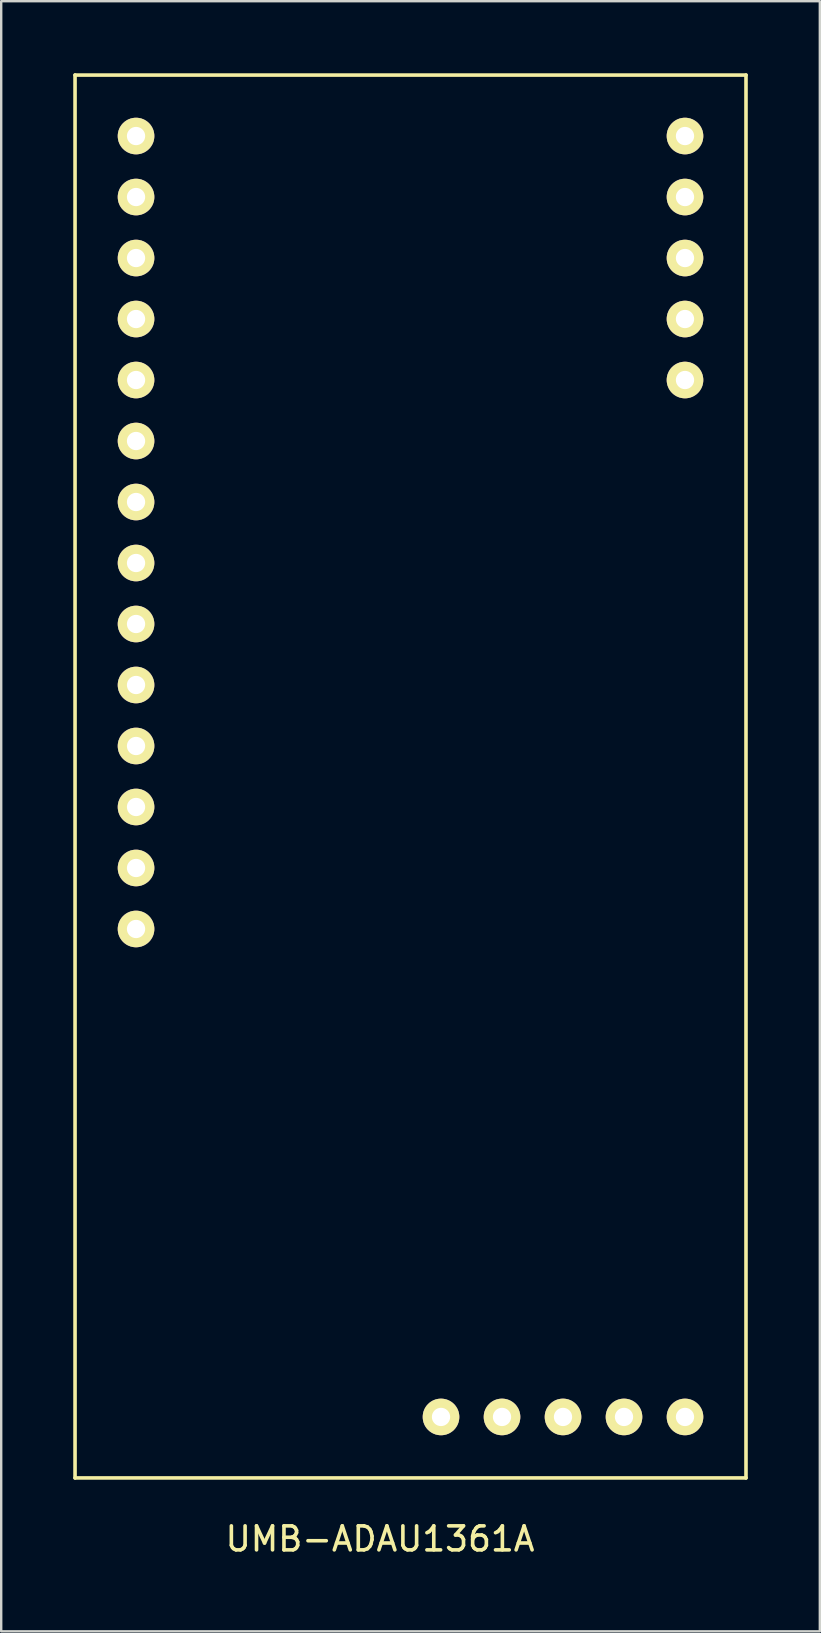
<source format=kicad_pcb>
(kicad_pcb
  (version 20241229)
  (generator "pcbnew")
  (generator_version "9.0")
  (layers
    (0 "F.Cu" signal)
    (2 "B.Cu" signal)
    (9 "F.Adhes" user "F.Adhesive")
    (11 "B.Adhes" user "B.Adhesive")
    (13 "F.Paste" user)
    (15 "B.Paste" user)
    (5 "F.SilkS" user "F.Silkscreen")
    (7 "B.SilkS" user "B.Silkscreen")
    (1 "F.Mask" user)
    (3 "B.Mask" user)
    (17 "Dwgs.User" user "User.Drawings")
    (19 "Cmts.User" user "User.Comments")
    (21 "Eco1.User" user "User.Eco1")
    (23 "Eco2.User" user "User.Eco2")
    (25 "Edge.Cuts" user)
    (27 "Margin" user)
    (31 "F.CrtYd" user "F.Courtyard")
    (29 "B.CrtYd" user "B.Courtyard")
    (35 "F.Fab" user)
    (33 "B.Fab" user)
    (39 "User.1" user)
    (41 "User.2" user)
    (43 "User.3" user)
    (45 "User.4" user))
  (footprint "UMB-ADAU1361A"
    (layer "F.Cu")
    (at 2.615 2.615)
    (property "Reference" "UMB-ADAU1361A" (at 10.16 58.42 0) (layer "F.SilkS") (effects (font (size 1 1) (thickness 0.15))))
    (attr through_hole)
    (fp_line (start -2.54 -2.54) (end 25.4 -2.54) (stroke (width 0.15) (type solid)) (layer "F.SilkS"))
    (fp_line (start -2.54 55.88) (end -2.54 -2.54) (stroke (width 0.15) (type solid)) (layer "F.SilkS"))
    (fp_line (start 25.4 -2.54) (end 25.4 55.88) (stroke (width 0.15) (type solid)) (layer "F.SilkS"))
    (fp_line (start 25.4 55.88) (end -2.54 55.88) (stroke (width 0.15) (type solid)) (layer "F.SilkS"))
    (pad "1" thru_hole circle (at 0 0) (size 1.524 1.524) (drill 0.762) (layers "*.Cu" "*.Mask" "F.SilkS"))
    (pad "2" thru_hole circle (at 0 2.54) (size 1.524 1.524) (drill 0.762) (layers "*.Cu" "*.Mask" "F.SilkS"))
    (pad "3" thru_hole circle (at 0 5.08) (size 1.524 1.524) (drill 0.762) (layers "*.Cu" "*.Mask" "F.SilkS"))
    (pad "4" thru_hole circle (at 0 7.62) (size 1.524 1.524) (drill 0.762) (layers "*.Cu" "*.Mask" "F.SilkS"))
    (pad "5" thru_hole circle (at 0 10.16) (size 1.524 1.524) (drill 0.762) (layers "*.Cu" "*.Mask" "F.SilkS"))
    (pad "6" thru_hole circle (at 0 12.7) (size 1.524 1.524) (drill 0.762) (layers "*.Cu" "*.Mask" "F.SilkS"))
    (pad "7" thru_hole circle (at 0 15.24) (size 1.524 1.524) (drill 0.762) (layers "*.Cu" "*.Mask" "F.SilkS"))
    (pad "8" thru_hole circle (at 0 17.78) (size 1.524 1.524) (drill 0.762) (layers "*.Cu" "*.Mask" "F.SilkS"))
    (pad "9" thru_hole circle (at 0 20.32) (size 1.524 1.524) (drill 0.762) (layers "*.Cu" "*.Mask" "F.SilkS"))
    (pad "10" thru_hole circle (at 0 22.86) (size 1.524 1.524) (drill 0.762) (layers "*.Cu" "*.Mask" "F.SilkS"))
    (pad "11" thru_hole circle (at 0 25.4) (size 1.524 1.524) (drill 0.762) (layers "*.Cu" "*.Mask" "F.SilkS"))
    (pad "12" thru_hole circle (at 0 27.94) (size 1.524 1.524) (drill 0.762) (layers "*.Cu" "*.Mask" "F.SilkS"))
    (pad "13" thru_hole circle (at 0 30.48) (size 1.524 1.524) (drill 0.762) (layers "*.Cu" "*.Mask" "F.SilkS"))
    (pad "14" thru_hole circle (at 0 33.02) (size 1.524 1.524) (drill 0.762) (layers "*.Cu" "*.Mask" "F.SilkS"))
    (pad "15" thru_hole circle (at 22.86 0) (size 1.524 1.524) (drill 0.762) (layers "*.Cu" "*.Mask" "F.SilkS"))
    (pad "16" thru_hole circle (at 22.86 2.54) (size 1.524 1.524) (drill 0.762) (layers "*.Cu" "*.Mask" "F.SilkS"))
    (pad "17" thru_hole circle (at 22.86 5.08) (size 1.524 1.524) (drill 0.762) (layers "*.Cu" "*.Mask" "F.SilkS"))
    (pad "18" thru_hole circle (at 22.86 7.62) (size 1.524 1.524) (drill 0.762) (layers "*.Cu" "*.Mask" "F.SilkS"))
    (pad "19" thru_hole circle (at 22.86 10.16) (size 1.524 1.524) (drill 0.762) (layers "*.Cu" "*.Mask" "F.SilkS"))
    (pad "20" thru_hole circle (at 22.86 53.34) (size 1.524 1.524) (drill 0.762) (layers "*.Cu" "*.Mask" "F.SilkS"))
    (pad "21" thru_hole circle (at 20.32 53.34) (size 1.524 1.524) (drill 0.762) (layers "*.Cu" "*.Mask" "F.SilkS"))
    (pad "22" thru_hole circle (at 17.78 53.34) (size 1.524 1.524) (drill 0.762) (layers "*.Cu" "*.Mask" "F.SilkS"))
    (pad "23" thru_hole circle (at 15.24 53.34) (size 1.524 1.524) (drill 0.762) (layers "*.Cu" "*.Mask" "F.SilkS"))
    (pad "24" thru_hole circle (at 12.7 53.34) (size 1.524 1.524) (drill 0.762) (layers "*.Cu" "*.Mask" "F.SilkS")))
  (gr_rect
    (start -3 -3)
    (end 31.09 64.883)
    (stroke (width 0.1) (type default))
    (fill no)
    (layer "Edge.Cuts")))
</source>
